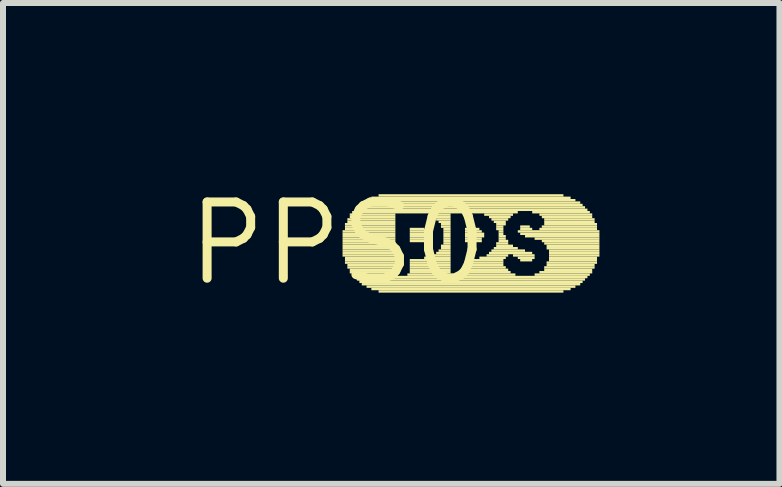
<source format=kicad_pcb>
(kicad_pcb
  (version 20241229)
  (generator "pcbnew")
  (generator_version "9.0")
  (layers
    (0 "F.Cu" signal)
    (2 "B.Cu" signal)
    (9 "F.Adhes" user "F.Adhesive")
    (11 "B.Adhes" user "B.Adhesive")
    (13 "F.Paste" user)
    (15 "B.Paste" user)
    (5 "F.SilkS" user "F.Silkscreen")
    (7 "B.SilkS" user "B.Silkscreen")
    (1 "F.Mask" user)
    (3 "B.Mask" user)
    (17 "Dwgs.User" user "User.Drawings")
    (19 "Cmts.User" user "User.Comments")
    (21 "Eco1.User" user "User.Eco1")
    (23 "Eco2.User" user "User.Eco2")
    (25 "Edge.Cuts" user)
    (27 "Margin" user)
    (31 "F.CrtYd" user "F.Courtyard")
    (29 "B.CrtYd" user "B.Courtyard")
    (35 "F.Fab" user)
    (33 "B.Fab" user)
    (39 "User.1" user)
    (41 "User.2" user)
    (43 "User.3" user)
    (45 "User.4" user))
  (footprint "PPS0"
    (layer "F.Cu")
    (at 2.578 1.006)
    (property "Reference" "PPS0" (at 0 0 0) (layer "F.SilkS") (effects (font (size 1.27 1.27) (thickness 0.15))))
    (attr through_hole)
    (fp_poly (pts (xy 0.08 -0.18) (xy 0.96 -0.18) (xy 0.96 -0.22) (xy 0.08 -0.22)) (stroke (width 0) (type solid)) (fill yes) (layer "F.SilkS"))
    (fp_poly (pts (xy 0.08 -0.14) (xy 0.96 -0.14) (xy 0.96 -0.18) (xy 0.08 -0.18)) (stroke (width 0) (type solid)) (fill yes) (layer "F.SilkS"))
    (fp_poly (pts (xy 0.08 -0.1) (xy 0.96 -0.1) (xy 0.96 -0.14) (xy 0.08 -0.14)) (stroke (width 0) (type solid)) (fill yes) (layer "F.SilkS"))
    (fp_poly (pts (xy 0.08 -0.06) (xy 0.96 -0.06) (xy 0.96 -0.1) (xy 0.08 -0.1)) (stroke (width 0) (type solid)) (fill yes) (layer "F.SilkS"))
    (fp_poly (pts (xy 0.08 -0.02) (xy 0.96 -0.02) (xy 0.96 -0.06) (xy 0.08 -0.06)) (stroke (width 0) (type solid)) (fill yes) (layer "F.SilkS"))
    (fp_poly (pts (xy 0.08 0.02) (xy 0.96 0.02) (xy 0.96 -0.02) (xy 0.08 -0.02)) (stroke (width 0) (type solid)) (fill yes) (layer "F.SilkS"))
    (fp_poly (pts (xy 0.08 0.06) (xy 0.96 0.06) (xy 0.96 0.02) (xy 0.08 0.02)) (stroke (width 0) (type solid)) (fill yes) (layer "F.SilkS"))
    (fp_poly (pts (xy 0.08 0.1) (xy 0.96 0.1) (xy 0.96 0.06) (xy 0.08 0.06)) (stroke (width 0) (type solid)) (fill yes) (layer "F.SilkS"))
    (fp_poly (pts (xy 0.08 0.14) (xy 0.96 0.14) (xy 0.96 0.1) (xy 0.08 0.1)) (stroke (width 0) (type solid)) (fill yes) (layer "F.SilkS"))
    (fp_poly (pts (xy 0.08 0.18) (xy 0.96 0.18) (xy 0.96 0.14) (xy 0.08 0.14)) (stroke (width 0) (type solid)) (fill yes) (layer "F.SilkS"))
    (fp_poly (pts (xy 0.08 0.22) (xy 0.96 0.22) (xy 0.96 0.18) (xy 0.08 0.18)) (stroke (width 0) (type solid)) (fill yes) (layer "F.SilkS"))
    (fp_poly (pts (xy 0.12 -0.3) (xy 0.96 -0.3) (xy 0.96 -0.34) (xy 0.12 -0.34)) (stroke (width 0) (type solid)) (fill yes) (layer "F.SilkS"))
    (fp_poly (pts (xy 0.12 -0.26) (xy 0.96 -0.26) (xy 0.96 -0.3) (xy 0.12 -0.3)) (stroke (width 0) (type solid)) (fill yes) (layer "F.SilkS"))
    (fp_poly (pts (xy 0.12 -0.22) (xy 0.96 -0.22) (xy 0.96 -0.26) (xy 0.12 -0.26)) (stroke (width 0) (type solid)) (fill yes) (layer "F.SilkS"))
    (fp_poly (pts (xy 0.12 0.26) (xy 0.96 0.26) (xy 0.96 0.22) (xy 0.12 0.22)) (stroke (width 0) (type solid)) (fill yes) (layer "F.SilkS"))
    (fp_poly (pts (xy 0.12 0.3) (xy 0.96 0.3) (xy 0.96 0.26) (xy 0.12 0.26)) (stroke (width 0) (type solid)) (fill yes) (layer "F.SilkS"))
    (fp_poly (pts (xy 0.12 0.34) (xy 0.96 0.34) (xy 0.96 0.3) (xy 0.12 0.3)) (stroke (width 0) (type solid)) (fill yes) (layer "F.SilkS"))
    (fp_poly (pts (xy 0.16 -0.38) (xy 0.96 -0.38) (xy 0.96 -0.42) (xy 0.16 -0.42)) (stroke (width 0) (type solid)) (fill yes) (layer "F.SilkS"))
    (fp_poly (pts (xy 0.16 -0.34) (xy 0.96 -0.34) (xy 0.96 -0.38) (xy 0.16 -0.38)) (stroke (width 0) (type solid)) (fill yes) (layer "F.SilkS"))
    (fp_poly (pts (xy 0.16 0.38) (xy 0.96 0.38) (xy 0.96 0.34) (xy 0.16 0.34)) (stroke (width 0) (type solid)) (fill yes) (layer "F.SilkS"))
    (fp_poly (pts (xy 0.16 0.42) (xy 0.96 0.42) (xy 0.96 0.38) (xy 0.16 0.38)) (stroke (width 0) (type solid)) (fill yes) (layer "F.SilkS"))
    (fp_poly (pts (xy 0.2 -0.46) (xy 0.96 -0.46) (xy 0.96 -0.5) (xy 0.2 -0.5)) (stroke (width 0) (type solid)) (fill yes) (layer "F.SilkS"))
    (fp_poly (pts (xy 0.2 -0.42) (xy 0.96 -0.42) (xy 0.96 -0.46) (xy 0.2 -0.46)) (stroke (width 0) (type solid)) (fill yes) (layer "F.SilkS"))
    (fp_poly (pts (xy 0.2 0.46) (xy 0.96 0.46) (xy 0.96 0.42) (xy 0.2 0.42)) (stroke (width 0) (type solid)) (fill yes) (layer "F.SilkS"))
    (fp_poly (pts (xy 0.2 0.5) (xy 0.96 0.5) (xy 0.96 0.46) (xy 0.2 0.46)) (stroke (width 0) (type solid)) (fill yes) (layer "F.SilkS"))
    (fp_poly (pts (xy 0.24 -0.5) (xy 3 -0.5) (xy 3 -0.54) (xy 0.24 -0.54)) (stroke (width 0) (type solid)) (fill yes) (layer "F.SilkS"))
    (fp_poly (pts (xy 0.24 0.54) (xy 1 0.54) (xy 1 0.5) (xy 0.24 0.5)) (stroke (width 0) (type solid)) (fill yes) (layer "F.SilkS"))
    (fp_poly (pts (xy 0.28 -0.54) (xy 4.16 -0.54) (xy 4.16 -0.58) (xy 0.28 -0.58)) (stroke (width 0) (type solid)) (fill yes) (layer "F.SilkS"))
    (fp_poly (pts (xy 0.28 0.58) (xy 4.16 0.58) (xy 4.16 0.54) (xy 0.28 0.54)) (stroke (width 0) (type solid)) (fill yes) (layer "F.SilkS"))
    (fp_poly (pts (xy 0.32 -0.58) (xy 4.12 -0.58) (xy 4.12 -0.62) (xy 0.32 -0.62)) (stroke (width 0) (type solid)) (fill yes) (layer "F.SilkS"))
    (fp_poly (pts (xy 0.32 0.62) (xy 4.12 0.62) (xy 4.12 0.58) (xy 0.32 0.58)) (stroke (width 0) (type solid)) (fill yes) (layer "F.SilkS"))
    (fp_poly (pts (xy 0.36 -0.62) (xy 4.08 -0.62) (xy 4.08 -0.66) (xy 0.36 -0.66)) (stroke (width 0) (type solid)) (fill yes) (layer "F.SilkS"))
    (fp_poly (pts (xy 0.36 0.66) (xy 4.08 0.66) (xy 4.08 0.62) (xy 0.36 0.62)) (stroke (width 0) (type solid)) (fill yes) (layer "F.SilkS"))
    (fp_poly (pts (xy 0.4 -0.66) (xy 4.04 -0.66) (xy 4.04 -0.7) (xy 0.4 -0.7)) (stroke (width 0) (type solid)) (fill yes) (layer "F.SilkS"))
    (fp_poly (pts (xy 0.4 0.7) (xy 4.04 0.7) (xy 4.04 0.66) (xy 0.4 0.66)) (stroke (width 0) (type solid)) (fill yes) (layer "F.SilkS"))
    (fp_poly (pts (xy 0.48 -0.7) (xy 3.96 -0.7) (xy 3.96 -0.74) (xy 0.48 -0.74)) (stroke (width 0) (type solid)) (fill yes) (layer "F.SilkS"))
    (fp_poly (pts (xy 0.48 0.74) (xy 3.96 0.74) (xy 3.96 0.7) (xy 0.48 0.7)) (stroke (width 0) (type solid)) (fill yes) (layer "F.SilkS"))
    (fp_poly (pts (xy 0.56 -0.74) (xy 3.88 -0.74) (xy 3.88 -0.78) (xy 0.56 -0.78)) (stroke (width 0) (type solid)) (fill yes) (layer "F.SilkS"))
    (fp_poly (pts (xy 0.56 0.78) (xy 3.88 0.78) (xy 3.88 0.74) (xy 0.56 0.74)) (stroke (width 0) (type solid)) (fill yes) (layer "F.SilkS"))
    (fp_poly (pts (xy 0.68 -0.78) (xy 3.76 -0.78) (xy 3.76 -0.82) (xy 0.68 -0.82)) (stroke (width 0) (type solid)) (fill yes) (layer "F.SilkS"))
    (fp_poly (pts (xy 0.68 0.82) (xy 3.76 0.82) (xy 3.76 0.78) (xy 0.68 0.78)) (stroke (width 0) (type solid)) (fill yes) (layer "F.SilkS"))
    (fp_poly (pts (xy 1.16 0.54) (xy 1.92 0.54) (xy 1.92 0.5) (xy 1.16 0.5)) (stroke (width 0) (type solid)) (fill yes) (layer "F.SilkS"))
    (fp_poly (pts (xy 1.2 -0.22) (xy 1.44 -0.22) (xy 1.44 -0.26) (xy 1.2 -0.26)) (stroke (width 0) (type solid)) (fill yes) (layer "F.SilkS"))
    (fp_poly (pts (xy 1.2 -0.18) (xy 1.52 -0.18) (xy 1.52 -0.22) (xy 1.2 -0.22)) (stroke (width 0) (type solid)) (fill yes) (layer "F.SilkS"))
    (fp_poly (pts (xy 1.2 -0.14) (xy 1.52 -0.14) (xy 1.52 -0.18) (xy 1.2 -0.18)) (stroke (width 0) (type solid)) (fill yes) (layer "F.SilkS"))
    (fp_poly (pts (xy 1.2 -0.1) (xy 1.52 -0.1) (xy 1.52 -0.14) (xy 1.2 -0.14)) (stroke (width 0) (type solid)) (fill yes) (layer "F.SilkS"))
    (fp_poly (pts (xy 1.2 -0.06) (xy 1.52 -0.06) (xy 1.52 -0.1) (xy 1.2 -0.1)) (stroke (width 0) (type solid)) (fill yes) (layer "F.SilkS"))
    (fp_poly (pts (xy 1.2 -0.02) (xy 1.48 -0.02) (xy 1.48 -0.06) (xy 1.2 -0.06)) (stroke (width 0) (type solid)) (fill yes) (layer "F.SilkS"))
    (fp_poly (pts (xy 1.2 0.3) (xy 1.88 0.3) (xy 1.88 0.26) (xy 1.2 0.26)) (stroke (width 0) (type solid)) (fill yes) (layer "F.SilkS"))
    (fp_poly (pts (xy 1.2 0.34) (xy 1.88 0.34) (xy 1.88 0.3) (xy 1.2 0.3)) (stroke (width 0) (type solid)) (fill yes) (layer "F.SilkS"))
    (fp_poly (pts (xy 1.2 0.38) (xy 1.88 0.38) (xy 1.88 0.34) (xy 1.2 0.34)) (stroke (width 0) (type solid)) (fill yes) (layer "F.SilkS"))
    (fp_poly (pts (xy 1.2 0.42) (xy 1.88 0.42) (xy 1.88 0.38) (xy 1.2 0.38)) (stroke (width 0) (type solid)) (fill yes) (layer "F.SilkS"))
    (fp_poly (pts (xy 1.2 0.46) (xy 1.88 0.46) (xy 1.88 0.42) (xy 1.2 0.42)) (stroke (width 0) (type solid)) (fill yes) (layer "F.SilkS"))
    (fp_poly (pts (xy 1.2 0.5) (xy 1.88 0.5) (xy 1.88 0.46) (xy 1.2 0.46)) (stroke (width 0) (type solid)) (fill yes) (layer "F.SilkS"))
    (fp_poly (pts (xy 1.44 0.26) (xy 1.88 0.26) (xy 1.88 0.22) (xy 1.44 0.22)) (stroke (width 0) (type solid)) (fill yes) (layer "F.SilkS"))
    (fp_poly (pts (xy 1.52 -0.46) (xy 1.88 -0.46) (xy 1.88 -0.5) (xy 1.52 -0.5)) (stroke (width 0) (type solid)) (fill yes) (layer "F.SilkS"))
    (fp_poly (pts (xy 1.56 0.22) (xy 1.88 0.22) (xy 1.88 0.18) (xy 1.56 0.18)) (stroke (width 0) (type solid)) (fill yes) (layer "F.SilkS"))
    (fp_poly (pts (xy 1.6 -0.42) (xy 1.88 -0.42) (xy 1.88 -0.46) (xy 1.6 -0.46)) (stroke (width 0) (type solid)) (fill yes) (layer "F.SilkS"))
    (fp_poly (pts (xy 1.64 -0.38) (xy 1.88 -0.38) (xy 1.88 -0.42) (xy 1.64 -0.42)) (stroke (width 0) (type solid)) (fill yes) (layer "F.SilkS"))
    (fp_poly (pts (xy 1.64 0.18) (xy 1.88 0.18) (xy 1.88 0.14) (xy 1.64 0.14)) (stroke (width 0) (type solid)) (fill yes) (layer "F.SilkS"))
    (fp_poly (pts (xy 1.68 -0.34) (xy 1.88 -0.34) (xy 1.88 -0.38) (xy 1.68 -0.38)) (stroke (width 0) (type solid)) (fill yes) (layer "F.SilkS"))
    (fp_poly (pts (xy 1.68 0.14) (xy 1.88 0.14) (xy 1.88 0.1) (xy 1.68 0.1)) (stroke (width 0) (type solid)) (fill yes) (layer "F.SilkS"))
    (fp_poly (pts (xy 1.72 -0.3) (xy 1.88 -0.3) (xy 1.88 -0.34) (xy 1.72 -0.34)) (stroke (width 0) (type solid)) (fill yes) (layer "F.SilkS"))
    (fp_poly (pts (xy 1.72 -0.26) (xy 1.88 -0.26) (xy 1.88 -0.3) (xy 1.72 -0.3)) (stroke (width 0) (type solid)) (fill yes) (layer "F.SilkS"))
    (fp_poly (pts (xy 1.72 0.06) (xy 1.88 0.06) (xy 1.88 0.02) (xy 1.72 0.02)) (stroke (width 0) (type solid)) (fill yes) (layer "F.SilkS"))
    (fp_poly (pts (xy 1.72 0.1) (xy 1.88 0.1) (xy 1.88 0.06) (xy 1.72 0.06)) (stroke (width 0) (type solid)) (fill yes) (layer "F.SilkS"))
    (fp_poly (pts (xy 1.76 -0.22) (xy 1.88 -0.22) (xy 1.88 -0.26) (xy 1.76 -0.26)) (stroke (width 0) (type solid)) (fill yes) (layer "F.SilkS"))
    (fp_poly (pts (xy 1.76 -0.18) (xy 1.88 -0.18) (xy 1.88 -0.22) (xy 1.76 -0.22)) (stroke (width 0) (type solid)) (fill yes) (layer "F.SilkS"))
    (fp_poly (pts (xy 1.76 -0.14) (xy 1.88 -0.14) (xy 1.88 -0.18) (xy 1.76 -0.18)) (stroke (width 0) (type solid)) (fill yes) (layer "F.SilkS"))
    (fp_poly (pts (xy 1.76 -0.1) (xy 1.88 -0.1) (xy 1.88 -0.14) (xy 1.76 -0.14)) (stroke (width 0) (type solid)) (fill yes) (layer "F.SilkS"))
    (fp_poly (pts (xy 1.76 -0.06) (xy 1.88 -0.06) (xy 1.88 -0.1) (xy 1.76 -0.1)) (stroke (width 0) (type solid)) (fill yes) (layer "F.SilkS"))
    (fp_poly (pts (xy 1.76 -0.02) (xy 1.88 -0.02) (xy 1.88 -0.06) (xy 1.76 -0.06)) (stroke (width 0) (type solid)) (fill yes) (layer "F.SilkS"))
    (fp_poly (pts (xy 1.76 0.02) (xy 1.88 0.02) (xy 1.88 -0.02) (xy 1.76 -0.02)) (stroke (width 0) (type solid)) (fill yes) (layer "F.SilkS"))
    (fp_poly (pts (xy 2.08 0.54) (xy 2.96 0.54) (xy 2.96 0.5) (xy 2.08 0.5)) (stroke (width 0) (type solid)) (fill yes) (layer "F.SilkS"))
    (fp_poly (pts (xy 2.12 -0.22) (xy 2.36 -0.22) (xy 2.36 -0.26) (xy 2.12 -0.26)) (stroke (width 0) (type solid)) (fill yes) (layer "F.SilkS"))
    (fp_poly (pts (xy 2.12 -0.18) (xy 2.4 -0.18) (xy 2.4 -0.22) (xy 2.12 -0.22)) (stroke (width 0) (type solid)) (fill yes) (layer "F.SilkS"))
    (fp_poly (pts (xy 2.12 -0.14) (xy 2.44 -0.14) (xy 2.44 -0.18) (xy 2.12 -0.18)) (stroke (width 0) (type solid)) (fill yes) (layer "F.SilkS"))
    (fp_poly (pts (xy 2.12 -0.1) (xy 2.44 -0.1) (xy 2.44 -0.14) (xy 2.12 -0.14)) (stroke (width 0) (type solid)) (fill yes) (layer "F.SilkS"))
    (fp_poly (pts (xy 2.12 -0.06) (xy 2.4 -0.06) (xy 2.4 -0.1) (xy 2.12 -0.1)) (stroke (width 0) (type solid)) (fill yes) (layer "F.SilkS"))
    (fp_poly (pts (xy 2.12 -0.02) (xy 2.4 -0.02) (xy 2.4 -0.06) (xy 2.12 -0.06)) (stroke (width 0) (type solid)) (fill yes) (layer "F.SilkS"))
    (fp_poly (pts (xy 2.12 0.3) (xy 2.76 0.3) (xy 2.76 0.26) (xy 2.12 0.26)) (stroke (width 0) (type solid)) (fill yes) (layer "F.SilkS"))
    (fp_poly (pts (xy 2.12 0.34) (xy 2.76 0.34) (xy 2.76 0.3) (xy 2.12 0.3)) (stroke (width 0) (type solid)) (fill yes) (layer "F.SilkS"))
    (fp_poly (pts (xy 2.12 0.38) (xy 2.76 0.38) (xy 2.76 0.34) (xy 2.12 0.34)) (stroke (width 0) (type solid)) (fill yes) (layer "F.SilkS"))
    (fp_poly (pts (xy 2.12 0.42) (xy 2.8 0.42) (xy 2.8 0.38) (xy 2.12 0.38)) (stroke (width 0) (type solid)) (fill yes) (layer "F.SilkS"))
    (fp_poly (pts (xy 2.12 0.46) (xy 2.84 0.46) (xy 2.84 0.42) (xy 2.12 0.42)) (stroke (width 0) (type solid)) (fill yes) (layer "F.SilkS"))
    (fp_poly (pts (xy 2.12 0.5) (xy 2.88 0.5) (xy 2.88 0.46) (xy 2.12 0.46)) (stroke (width 0) (type solid)) (fill yes) (layer "F.SilkS"))
    (fp_poly (pts (xy 2.36 0.26) (xy 2.8 0.26) (xy 2.8 0.22) (xy 2.36 0.22)) (stroke (width 0) (type solid)) (fill yes) (layer "F.SilkS"))
    (fp_poly (pts (xy 2.44 -0.46) (xy 2.92 -0.46) (xy 2.92 -0.5) (xy 2.44 -0.5)) (stroke (width 0) (type solid)) (fill yes) (layer "F.SilkS"))
    (fp_poly (pts (xy 2.48 0.22) (xy 2.84 0.22) (xy 2.84 0.18) (xy 2.48 0.18)) (stroke (width 0) (type solid)) (fill yes) (layer "F.SilkS"))
    (fp_poly (pts (xy 2.52 -0.42) (xy 2.88 -0.42) (xy 2.88 -0.46) (xy 2.52 -0.46)) (stroke (width 0) (type solid)) (fill yes) (layer "F.SilkS"))
    (fp_poly (pts (xy 2.52 0.18) (xy 3.24 0.18) (xy 3.24 0.14) (xy 2.52 0.14)) (stroke (width 0) (type solid)) (fill yes) (layer "F.SilkS"))
    (fp_poly (pts (xy 2.56 -0.38) (xy 2.84 -0.38) (xy 2.84 -0.42) (xy 2.56 -0.42)) (stroke (width 0) (type solid)) (fill yes) (layer "F.SilkS"))
    (fp_poly (pts (xy 2.56 0.14) (xy 3.12 0.14) (xy 3.12 0.1) (xy 2.56 0.1)) (stroke (width 0) (type solid)) (fill yes) (layer "F.SilkS"))
    (fp_poly (pts (xy 2.6 -0.34) (xy 2.8 -0.34) (xy 2.8 -0.38) (xy 2.6 -0.38)) (stroke (width 0) (type solid)) (fill yes) (layer "F.SilkS"))
    (fp_poly (pts (xy 2.6 0.1) (xy 3 0.1) (xy 3 0.06) (xy 2.6 0.06)) (stroke (width 0) (type solid)) (fill yes) (layer "F.SilkS"))
    (fp_poly (pts (xy 2.64 -0.3) (xy 2.8 -0.3) (xy 2.8 -0.34) (xy 2.64 -0.34)) (stroke (width 0) (type solid)) (fill yes) (layer "F.SilkS"))
    (fp_poly (pts (xy 2.64 -0.26) (xy 2.76 -0.26) (xy 2.76 -0.3) (xy 2.64 -0.3)) (stroke (width 0) (type solid)) (fill yes) (layer "F.SilkS"))
    (fp_poly (pts (xy 2.64 -0.22) (xy 2.76 -0.22) (xy 2.76 -0.26) (xy 2.64 -0.26)) (stroke (width 0) (type solid)) (fill yes) (layer "F.SilkS"))
    (fp_poly (pts (xy 2.64 0.02) (xy 2.84 0.02) (xy 2.84 -0.02) (xy 2.64 -0.02)) (stroke (width 0) (type solid)) (fill yes) (layer "F.SilkS"))
    (fp_poly (pts (xy 2.64 0.06) (xy 2.92 0.06) (xy 2.92 0.02) (xy 2.64 0.02)) (stroke (width 0) (type solid)) (fill yes) (layer "F.SilkS"))
    (fp_poly (pts (xy 2.68 -0.18) (xy 2.76 -0.18) (xy 2.76 -0.22) (xy 2.68 -0.22)) (stroke (width 0) (type solid)) (fill yes) (layer "F.SilkS"))
    (fp_poly (pts (xy 2.68 -0.14) (xy 2.76 -0.14) (xy 2.76 -0.18) (xy 2.68 -0.18)) (stroke (width 0) (type solid)) (fill yes) (layer "F.SilkS"))
    (fp_poly (pts (xy 2.68 -0.1) (xy 2.8 -0.1) (xy 2.8 -0.14) (xy 2.68 -0.14)) (stroke (width 0) (type solid)) (fill yes) (layer "F.SilkS"))
    (fp_poly (pts (xy 2.68 -0.06) (xy 2.8 -0.06) (xy 2.8 -0.1) (xy 2.68 -0.1)) (stroke (width 0) (type solid)) (fill yes) (layer "F.SilkS"))
    (fp_poly (pts (xy 2.68 -0.02) (xy 2.84 -0.02) (xy 2.84 -0.06) (xy 2.68 -0.06)) (stroke (width 0) (type solid)) (fill yes) (layer "F.SilkS"))
    (fp_poly (pts (xy 2.92 0.22) (xy 3.28 0.22) (xy 3.28 0.18) (xy 2.92 0.18)) (stroke (width 0) (type solid)) (fill yes) (layer "F.SilkS"))
    (fp_poly (pts (xy 3 -0.18) (xy 4.36 -0.18) (xy 4.36 -0.22) (xy 3 -0.22)) (stroke (width 0) (type solid)) (fill yes) (layer "F.SilkS"))
    (fp_poly (pts (xy 3 0.26) (xy 3.28 0.26) (xy 3.28 0.22) (xy 3 0.22)) (stroke (width 0) (type solid)) (fill yes) (layer "F.SilkS"))
    (fp_poly (pts (xy 3.04 -0.26) (xy 3.2 -0.26) (xy 3.2 -0.3) (xy 3.04 -0.3)) (stroke (width 0) (type solid)) (fill yes) (layer "F.SilkS"))
    (fp_poly (pts (xy 3.04 -0.22) (xy 3.24 -0.22) (xy 3.24 -0.26) (xy 3.04 -0.26)) (stroke (width 0) (type solid)) (fill yes) (layer "F.SilkS"))
    (fp_poly (pts (xy 3.04 -0.14) (xy 4.36 -0.14) (xy 4.36 -0.18) (xy 3.04 -0.18)) (stroke (width 0) (type solid)) (fill yes) (layer "F.SilkS"))
    (fp_poly (pts (xy 3.04 0.3) (xy 3.24 0.3) (xy 3.24 0.26) (xy 3.04 0.26)) (stroke (width 0) (type solid)) (fill yes) (layer "F.SilkS"))
    (fp_poly (pts (xy 3.12 -0.1) (xy 4.36 -0.1) (xy 4.36 -0.14) (xy 3.12 -0.14)) (stroke (width 0) (type solid)) (fill yes) (layer "F.SilkS"))
    (fp_poly (pts (xy 3.24 -0.5) (xy 4.2 -0.5) (xy 4.2 -0.54) (xy 3.24 -0.54)) (stroke (width 0) (type solid)) (fill yes) (layer "F.SilkS"))
    (fp_poly (pts (xy 3.28 -0.06) (xy 4.36 -0.06) (xy 4.36 -0.1) (xy 3.28 -0.1)) (stroke (width 0) (type solid)) (fill yes) (layer "F.SilkS"))
    (fp_poly (pts (xy 3.28 0.54) (xy 4.2 0.54) (xy 4.2 0.5) (xy 3.28 0.5)) (stroke (width 0) (type solid)) (fill yes) (layer "F.SilkS"))
    (fp_poly (pts (xy 3.36 -0.46) (xy 4.24 -0.46) (xy 4.24 -0.5) (xy 3.36 -0.5)) (stroke (width 0) (type solid)) (fill yes) (layer "F.SilkS"))
    (fp_poly (pts (xy 3.36 -0.22) (xy 4.32 -0.22) (xy 4.32 -0.26) (xy 3.36 -0.26)) (stroke (width 0) (type solid)) (fill yes) (layer "F.SilkS"))
    (fp_poly (pts (xy 3.36 0.5) (xy 4.24 0.5) (xy 4.24 0.46) (xy 3.36 0.46)) (stroke (width 0) (type solid)) (fill yes) (layer "F.SilkS"))
    (fp_poly (pts (xy 3.4 -0.42) (xy 4.24 -0.42) (xy 4.24 -0.46) (xy 3.4 -0.46)) (stroke (width 0) (type solid)) (fill yes) (layer "F.SilkS"))
    (fp_poly (pts (xy 3.4 -0.26) (xy 4.32 -0.26) (xy 4.32 -0.3) (xy 3.4 -0.3)) (stroke (width 0) (type solid)) (fill yes) (layer "F.SilkS"))
    (fp_poly (pts (xy 3.4 -0.02) (xy 4.36 -0.02) (xy 4.36 -0.06) (xy 3.4 -0.06)) (stroke (width 0) (type solid)) (fill yes) (layer "F.SilkS"))
    (fp_poly (pts (xy 3.44 -0.38) (xy 4.28 -0.38) (xy 4.28 -0.42) (xy 3.44 -0.42)) (stroke (width 0) (type solid)) (fill yes) (layer "F.SilkS"))
    (fp_poly (pts (xy 3.44 -0.34) (xy 4.28 -0.34) (xy 4.28 -0.38) (xy 3.44 -0.38)) (stroke (width 0) (type solid)) (fill yes) (layer "F.SilkS"))
    (fp_poly (pts (xy 3.44 -0.3) (xy 4.32 -0.3) (xy 4.32 -0.34) (xy 3.44 -0.34)) (stroke (width 0) (type solid)) (fill yes) (layer "F.SilkS"))
    (fp_poly (pts (xy 3.44 0.02) (xy 4.36 0.02) (xy 4.36 -0.02) (xy 3.44 -0.02)) (stroke (width 0) (type solid)) (fill yes) (layer "F.SilkS"))
    (fp_poly (pts (xy 3.44 0.42) (xy 4.28 0.42) (xy 4.28 0.38) (xy 3.44 0.38)) (stroke (width 0) (type solid)) (fill yes) (layer "F.SilkS"))
    (fp_poly (pts (xy 3.44 0.46) (xy 4.24 0.46) (xy 4.24 0.42) (xy 3.44 0.42)) (stroke (width 0) (type solid)) (fill yes) (layer "F.SilkS"))
    (fp_poly (pts (xy 3.48 0.06) (xy 4.36 0.06) (xy 4.36 0.02) (xy 3.48 0.02)) (stroke (width 0) (type solid)) (fill yes) (layer "F.SilkS"))
    (fp_poly (pts (xy 3.48 0.1) (xy 4.36 0.1) (xy 4.36 0.06) (xy 3.48 0.06)) (stroke (width 0) (type solid)) (fill yes) (layer "F.SilkS"))
    (fp_poly (pts (xy 3.48 0.34) (xy 4.32 0.34) (xy 4.32 0.3) (xy 3.48 0.3)) (stroke (width 0) (type solid)) (fill yes) (layer "F.SilkS"))
    (fp_poly (pts (xy 3.48 0.38) (xy 4.28 0.38) (xy 4.28 0.34) (xy 3.48 0.34)) (stroke (width 0) (type solid)) (fill yes) (layer "F.SilkS"))
    (fp_poly (pts (xy 3.52 0.14) (xy 4.36 0.14) (xy 4.36 0.1) (xy 3.52 0.1)) (stroke (width 0) (type solid)) (fill yes) (layer "F.SilkS"))
    (fp_poly (pts (xy 3.52 0.18) (xy 4.36 0.18) (xy 4.36 0.14) (xy 3.52 0.14)) (stroke (width 0) (type solid)) (fill yes) (layer "F.SilkS"))
    (fp_poly (pts (xy 3.52 0.22) (xy 4.36 0.22) (xy 4.36 0.18) (xy 3.52 0.18)) (stroke (width 0) (type solid)) (fill yes) (layer "F.SilkS"))
    (fp_poly (pts (xy 3.52 0.26) (xy 4.32 0.26) (xy 4.32 0.22) (xy 3.52 0.22)) (stroke (width 0) (type solid)) (fill yes) (layer "F.SilkS"))
    (fp_poly (pts (xy 3.52 0.3) (xy 4.32 0.3) (xy 4.32 0.26) (xy 3.52 0.26)) (stroke (width 0) (type solid)) (fill yes) (layer "F.SilkS")))
  (gr_rect
    (start -3 -3)
    (end 9.938 5.012)
    (stroke (width 0.1) (type default))
    (fill no)
    (layer "Edge.Cuts")))
</source>
